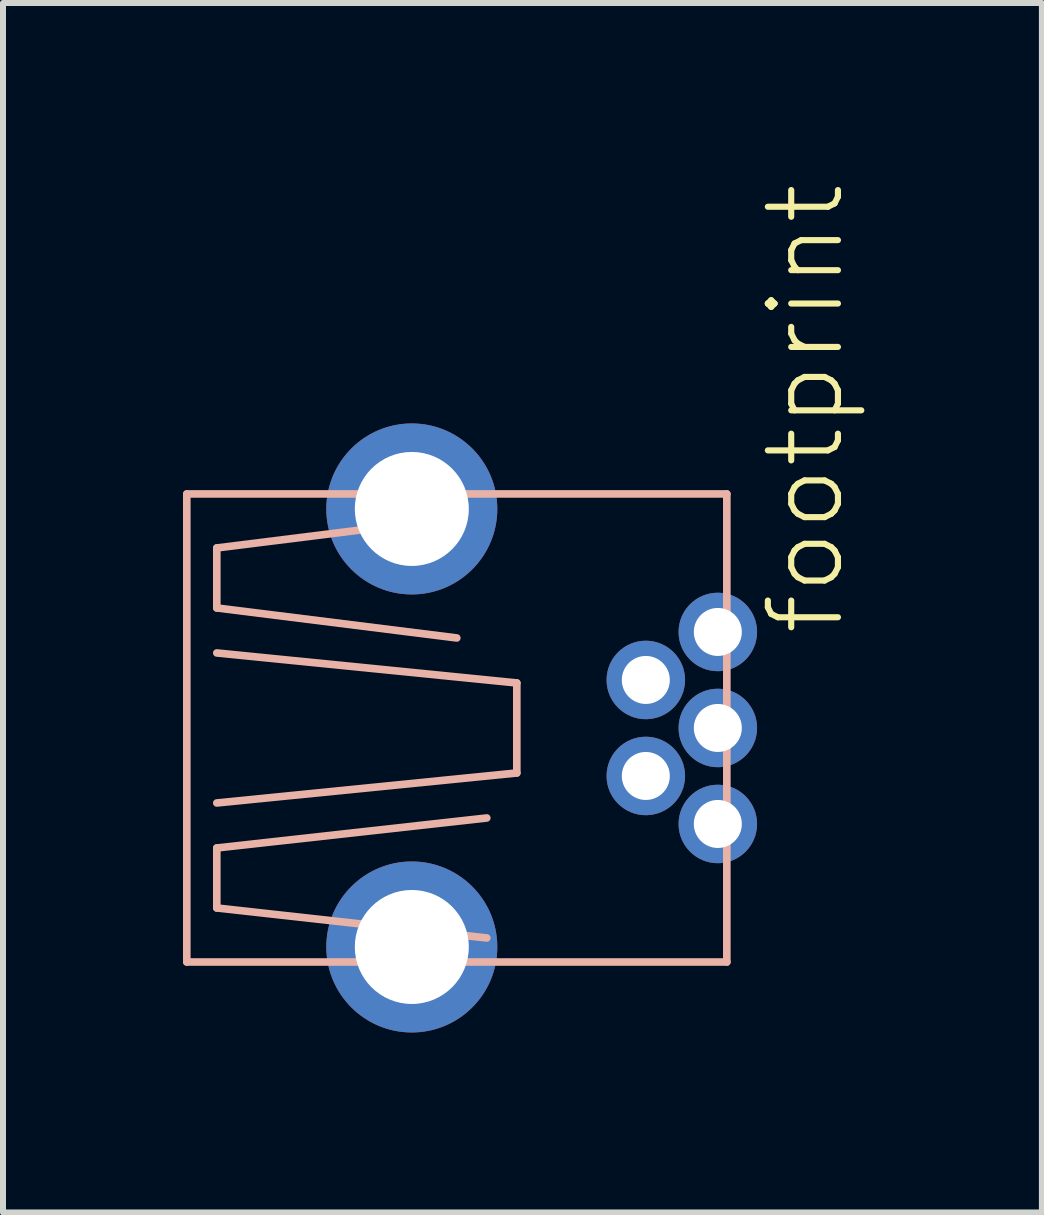
<source format=kicad_pcb>
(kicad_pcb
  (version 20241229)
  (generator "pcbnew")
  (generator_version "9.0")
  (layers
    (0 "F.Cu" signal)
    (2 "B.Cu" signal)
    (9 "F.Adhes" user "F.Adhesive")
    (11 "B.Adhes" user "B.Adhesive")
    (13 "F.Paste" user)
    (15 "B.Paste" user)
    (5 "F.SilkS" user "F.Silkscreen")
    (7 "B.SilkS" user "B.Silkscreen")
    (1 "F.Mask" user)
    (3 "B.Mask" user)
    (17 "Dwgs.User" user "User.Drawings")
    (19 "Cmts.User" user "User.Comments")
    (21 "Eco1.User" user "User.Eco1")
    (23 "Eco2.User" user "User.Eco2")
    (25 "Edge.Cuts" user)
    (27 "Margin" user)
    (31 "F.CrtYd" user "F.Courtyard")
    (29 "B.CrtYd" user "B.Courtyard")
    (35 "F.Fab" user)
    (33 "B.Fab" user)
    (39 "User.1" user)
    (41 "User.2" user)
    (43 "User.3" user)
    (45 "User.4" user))
  (footprint "footprint"
    (layer "F.Cu")
    (at 3.813 9.082)
    (property "Reference" "footprint" (at 7.25 -1.5 90) (layer "F.SilkS") (effects (font (size 1.168 1.168) (thickness 0.102)) (justify left bottom)))
    (fp_line (start -3.75 -3.9) (end -3.75 3.9) (stroke (width 0.127) (type solid)) (layer "B.SilkS"))
    (fp_line (start -3.75 -3.9) (end 5.25 -3.9) (stroke (width 0.127) (type solid)) (layer "B.SilkS"))
    (fp_line (start -3.75 3.9) (end 5.25 3.9) (stroke (width 0.127) (type solid)) (layer "B.SilkS"))
    (fp_line (start -3.25 -3) (end -3.25 -2) (stroke (width 0.127) (type solid)) (layer "B.SilkS"))
    (fp_line (start -3.25 -2) (end 0.75 -1.5) (stroke (width 0.127) (type solid)) (layer "B.SilkS"))
    (fp_line (start -3.25 -1.25) (end 1.75 -0.75) (stroke (width 0.127) (type solid)) (layer "B.SilkS"))
    (fp_line (start -3.25 2) (end 1.25 1.5) (stroke (width 0.127) (type solid)) (layer "B.SilkS"))
    (fp_line (start -3.25 3) (end -3.25 2) (stroke (width 0.127) (type solid)) (layer "B.SilkS"))
    (fp_line (start 0.75 -3.5) (end -3.25 -3) (stroke (width 0.127) (type solid)) (layer "B.SilkS"))
    (fp_line (start 1.25 3.5) (end -3.25 3) (stroke (width 0.127) (type solid)) (layer "B.SilkS"))
    (fp_line (start 1.75 -0.75) (end 1.75 0.75) (stroke (width 0.127) (type solid)) (layer "B.SilkS"))
    (fp_line (start 1.75 0.75) (end -3.25 1.25) (stroke (width 0.127) (type solid)) (layer "B.SilkS"))
    (fp_line (start 5.25 -3.9) (end 5.25 3.9) (stroke (width 0.127) (type solid)) (layer "B.SilkS"))
    (pad "D+" thru_hole circle (at 5.1 0) (size 1.308 1.308) (drill 0.8) (layers "*.Cu" "*.Mask"))
    (pad "D-" thru_hole circle (at 3.9 -0.8) (size 1.308 1.308) (drill 0.8) (layers "*.Cu" "*.Mask"))
    (pad "GND" thru_hole circle (at 5.1 1.6) (size 1.308 1.308) (drill 0.8) (layers "*.Cu" "*.Mask"))
    (pad "ID" thru_hole circle (at 3.9 0.8) (size 1.308 1.308) (drill 0.8) (layers "*.Cu" "*.Mask"))
    (pad "P$6" thru_hole circle (at 0 3.65) (size 2.85 2.85) (drill 1.9) (layers "*.Cu" "*.Mask"))
    (pad "P$7" thru_hole circle (at 0 -3.65) (size 2.85 2.85) (drill 1.9) (layers "*.Cu" "*.Mask"))
    (pad "VBUS" thru_hole circle (at 5.1 -1.6) (size 1.308 1.308) (drill 0.8) (layers "*.Cu" "*.Mask"))
    (zone (net_name "") (layers "F.Cu" "B.Cu") (hatch edge 0.508) (connect_pads) (min_thickness 0.254) (filled_areas_thickness no) (keepout (tracks allowed) (vias not_allowed) (pads allowed) (copperpour allowed) (footprints allowed)) (placement (enabled no)) (fill) (polygon (pts (xy 0.064 12.182) (xy 2.389 12.182) (xy 2.389 5.982) (xy 0.064 5.982))))
    (zone (net_name "") (layers "F.Cu" "B.Cu") (hatch edge 0.508) (connect_pads) (min_thickness 0.254) (filled_areas_thickness no) (keepout (tracks allowed) (vias not_allowed) (pads allowed) (copperpour allowed) (footprints allowed)) (placement (enabled no)) (fill) (polygon (pts (xy 2.389 11.407) (xy 3.163 11.407) (xy 3.163 6.757) (xy 2.389 6.757))))
    (zone (net_name "") (layers "F.Cu" "B.Cu") (hatch edge 0.508) (connect_pads) (min_thickness 0.254) (filled_areas_thickness no) (keepout (tracks allowed) (vias not_allowed) (pads allowed) (copperpour allowed) (footprints allowed)) (placement (enabled no)) (fill) (polygon (pts (xy 7.064 6.082) (xy 9.563 6.082) (xy 9.563 4.682) (xy 7.064 4.682))))
    (zone (net_name "") (layers "F.Cu" "B.Cu") (hatch edge 0.508) (connect_pads) (min_thickness 0.254) (filled_areas_thickness no) (keepout (tracks allowed) (vias not_allowed) (pads allowed) (copperpour allowed) (footprints allowed)) (placement (enabled no)) (fill) (polygon (pts (xy 7.064 13.482) (xy 9.563 13.482) (xy 9.563 12.082) (xy 7.064 12.082)))))
  (gr_rect
    (start -3 -3)
    (end 14.314 17.157)
    (stroke (width 0.1) (type default))
    (fill no)
    (layer "Edge.Cuts")))
</source>
